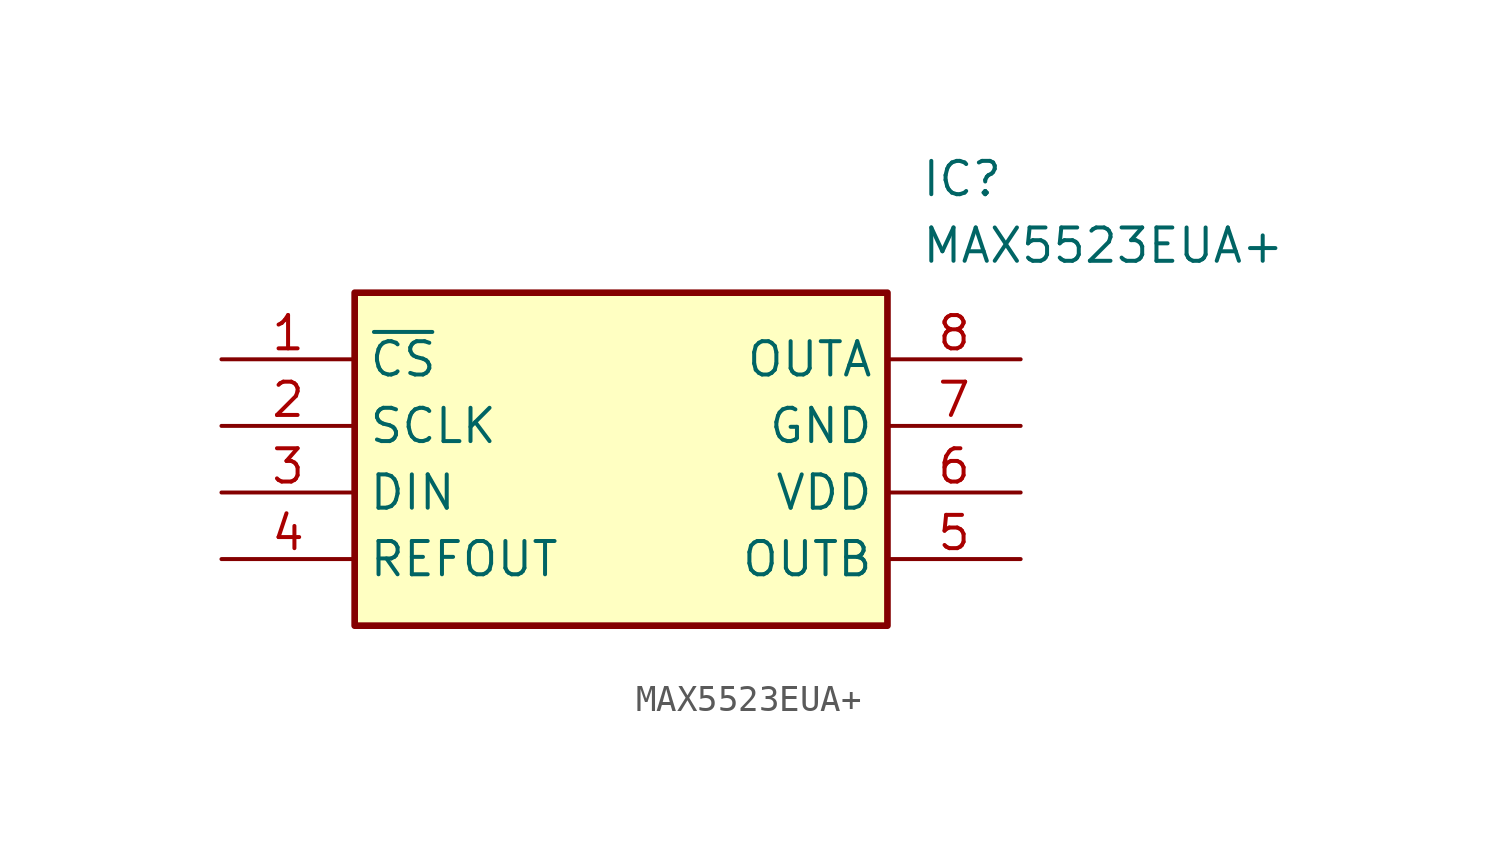
<source format=kicad_sym>
(kicad_symbol_lib
  (version 20211014)
  (generator SamacSys_ECAD_Model)
  (symbol "MAX5523EUA+"
    (property "Reference" "IC"
      (at 26.67 7.62 0)
      (effects (font (size 1.27 1.27)) (justify left top)))
    (property "Value" "MAX5523EUA+"
      (at 26.67 5.08 0)
      (effects (font (size 1.27 1.27)) (justify left top)))
    (rectangle
      (start 5.08 2.54)
      (end 25.4 -10.16)
      (stroke (width 0.254) (type default))
      (fill (type background)))
    (pin passive line
      (at 0 0 0)
      (length 5.08)
      (name "~{CS}" (effects (font (size 1.27 1.27))))
      (number "1" (effects (font (size 1.27 1.27)))))
    (pin passive line
      (at 0 -2.54 0)
      (length 5.08)
      (name "SCLK" (effects (font (size 1.27 1.27))))
      (number "2" (effects (font (size 1.27 1.27)))))
    (pin passive line
      (at 0 -5.08 0)
      (length 5.08)
      (name "DIN" (effects (font (size 1.27 1.27))))
      (number "3" (effects (font (size 1.27 1.27)))))
    (pin passive line
      (at 0 -7.62 0)
      (length 5.08)
      (name "REFOUT" (effects (font (size 1.27 1.27))))
      (number "4" (effects (font (size 1.27 1.27)))))
    (pin passive line
      (at 30.48 0 180)
      (length 5.08)
      (name "OUTA" (effects (font (size 1.27 1.27))))
      (number "8" (effects (font (size 1.27 1.27)))))
    (pin passive line
      (at 30.48 -2.54 180)
      (length 5.08)
      (name "GND" (effects (font (size 1.27 1.27))))
      (number "7" (effects (font (size 1.27 1.27)))))
    (pin passive line
      (at 30.48 -5.08 180)
      (length 5.08)
      (name "VDD" (effects (font (size 1.27 1.27))))
      (number "6" (effects (font (size 1.27 1.27)))))
    (pin passive line
      (at 30.48 -7.62 180)
      (length 5.08)
      (name "OUTB" (effects (font (size 1.27 1.27))))
      (number "5" (effects (font (size 1.27 1.27)))))))
</source>
